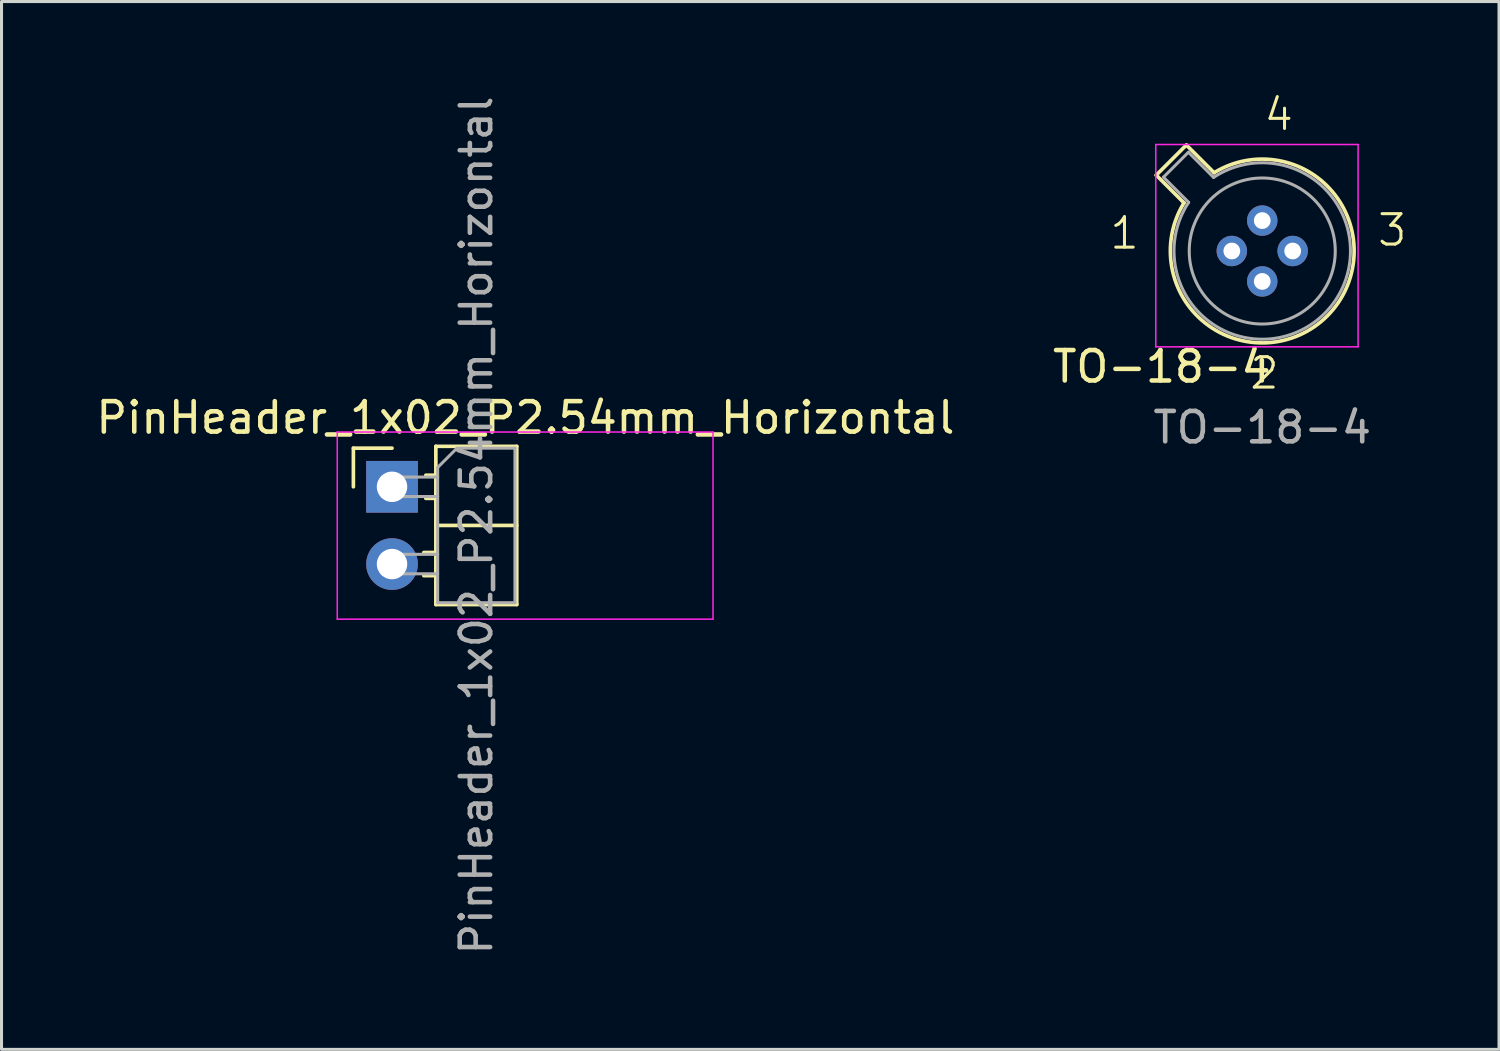
<source format=kicad_pcb>
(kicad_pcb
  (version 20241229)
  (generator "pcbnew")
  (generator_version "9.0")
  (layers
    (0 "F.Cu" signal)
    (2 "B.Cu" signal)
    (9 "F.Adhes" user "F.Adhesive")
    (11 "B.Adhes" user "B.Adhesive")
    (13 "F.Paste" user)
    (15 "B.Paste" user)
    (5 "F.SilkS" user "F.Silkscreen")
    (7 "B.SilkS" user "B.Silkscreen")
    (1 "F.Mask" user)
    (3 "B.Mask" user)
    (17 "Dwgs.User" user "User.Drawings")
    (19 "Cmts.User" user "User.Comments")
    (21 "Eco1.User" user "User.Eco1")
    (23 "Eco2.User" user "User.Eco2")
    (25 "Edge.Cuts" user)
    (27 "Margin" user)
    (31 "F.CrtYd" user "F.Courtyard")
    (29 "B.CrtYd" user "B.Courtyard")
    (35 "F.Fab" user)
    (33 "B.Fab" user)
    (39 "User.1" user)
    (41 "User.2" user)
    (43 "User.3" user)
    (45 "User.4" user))
  (footprint "TO-18-4"
    (layer "F.Cu")
    (at 38.437 5.2)
    (property "Reference" "TO-18-4" (at -3.3 3.8 0) (layer "F.SilkS") (effects (font (size 1 1) (thickness 0.15))))
    (attr through_hole)
    (fp_line (start -3.484 -2.494) (end -2.572 -1.582) (stroke (width 0.12) (type solid)) (layer "F.SilkS"))
    (fp_line (start -2.494 -3.484) (end -3.484 -2.494) (stroke (width 0.12) (type solid)) (layer "F.SilkS"))
    (fp_line (start -1.582 -2.572) (end -2.494 -3.484) (stroke (width 0.12) (type solid)) (layer "F.SilkS"))
    (fp_arc (start -1.582331 -2.572281) (mid 2.135374 2.135551) (end -2.57215 -1.582544) (stroke (width 0.12) (type solid)) (layer "F.SilkS"))
    (fp_line (start -3.5 -3.5) (end -3.5 3.15) (stroke (width 0.05) (type solid)) (layer "F.CrtYd"))
    (fp_line (start -3.5 3.15) (end 3.15 3.15) (stroke (width 0.05) (type solid)) (layer "F.CrtYd"))
    (fp_line (start 3.15 -3.5) (end -3.5 -3.5) (stroke (width 0.05) (type solid)) (layer "F.CrtYd"))
    (fp_line (start 3.15 3.15) (end 3.15 -3.5) (stroke (width 0.05) (type solid)) (layer "F.CrtYd"))
    (fp_line (start -3.247 -2.426) (end -2.419 -1.599) (stroke (width 0.1) (type solid)) (layer "F.Fab"))
    (fp_line (start -2.426 -3.247) (end -3.247 -2.426) (stroke (width 0.1) (type solid)) (layer "F.Fab"))
    (fp_line (start -1.599 -2.419) (end -2.426 -3.247) (stroke (width 0.1) (type solid)) (layer "F.Fab"))
    (fp_arc (start -1.599057 -2.419301) (mid 2.051076 2.050143) (end -2.420029 -1.597956) (stroke (width 0.1) (type solid)) (layer "F.Fab"))
    (fp_circle (center 0 0) (end 2.4 0) (stroke (width 0.1) (type solid)) (fill no) (layer "F.Fab"))
    (fp_text user "3" (at 3.73 -0.1 0) (unlocked yes) (layer "F.SilkS") (effects (font (size 1 1) (thickness 0.1)) (justify left bottom)))
    (fp_text user "4" (at 0 -3.9 0) (unlocked yes) (layer "F.SilkS") (effects (font (size 1 1) (thickness 0.1)) (justify left bottom)))
    (fp_text user "2" (at -0.47 4.6 0) (unlocked yes) (layer "F.SilkS") (effects (font (size 1 1) (thickness 0.1)) (justify left bottom)))
    (fp_text user "1" (at -5.07 0 0) (unlocked yes) (layer "F.SilkS") (effects (font (size 1 1) (thickness 0.1)) (justify left bottom)))
    (fp_text user "${REFERENCE}" (at 0 5.8 0) (layer "F.Fab") (effects (font (size 1 1) (thickness 0.15))))
    (pad "1" thru_hole circle (at -1 0) (size 1 1) (drill 0.55) (layers "*.Cu" "*.Mask"))
    (pad "2" thru_hole circle (at 0 1) (size 1 1) (drill 0.55) (layers "*.Cu" "*.Mask"))
    (pad "3" thru_hole circle (at 1 0) (size 1 1) (drill 0.55) (layers "*.Cu" "*.Mask"))
    (pad "4" thru_hole circle (at 0 -1) (size 1 1) (drill 0.55) (layers "*.Cu" "*.Mask")))
  (footprint "PinHeader_1x02_P2.54mm_Horizontal"
    (layer "F.Cu")
    (at 9.835 12.95)
    (property "Reference" "PinHeader_1x02_P2.54mm_Horizontal" (at 4.385 -2.27 0) (layer "F.SilkS") (effects (font (size 1 1) (thickness 0.15))))
    (attr through_hole)
    (fp_line (start -1.27 -1.27) (end 0 -1.27) (stroke (width 0.12) (type solid)) (layer "F.SilkS"))
    (fp_line (start -1.27 0) (end -1.27 -1.27) (stroke (width 0.12) (type solid)) (layer "F.SilkS"))
    (fp_line (start 1.043 2.16) (end 1.44 2.16) (stroke (width 0.12) (type solid)) (layer "F.SilkS"))
    (fp_line (start 1.043 2.92) (end 1.44 2.92) (stroke (width 0.12) (type solid)) (layer "F.SilkS"))
    (fp_line (start 1.11 -0.38) (end 1.44 -0.38) (stroke (width 0.12) (type solid)) (layer "F.SilkS"))
    (fp_line (start 1.11 0.38) (end 1.44 0.38) (stroke (width 0.12) (type solid)) (layer "F.SilkS"))
    (fp_line (start 1.44 -1.33) (end 1.44 3.87) (stroke (width 0.12) (type solid)) (layer "F.SilkS"))
    (fp_line (start 1.44 1.27) (end 4.1 1.27) (stroke (width 0.12) (type solid)) (layer "F.SilkS"))
    (fp_line (start 1.44 3.87) (end 4.1 3.87) (stroke (width 0.12) (type solid)) (layer "F.SilkS"))
    (fp_line (start 4.1 -1.33) (end 1.44 -1.33) (stroke (width 0.12) (type solid)) (layer "F.SilkS"))
    (fp_line (start 4.1 3.87) (end 4.1 -1.33) (stroke (width 0.12) (type solid)) (layer "F.SilkS"))
    (fp_line (start -1.8 -1.8) (end -1.8 4.35) (stroke (width 0.05) (type solid)) (layer "F.CrtYd"))
    (fp_line (start -1.8 4.35) (end 10.55 4.35) (stroke (width 0.05) (type solid)) (layer "F.CrtYd"))
    (fp_line (start 10.55 -1.8) (end -1.8 -1.8) (stroke (width 0.05) (type solid)) (layer "F.CrtYd"))
    (fp_line (start 10.55 4.35) (end 10.55 -1.8) (stroke (width 0.05) (type solid)) (layer "F.CrtYd"))
    (fp_line (start -0.32 -0.32) (end -0.32 0.32) (stroke (width 0.1) (type solid)) (layer "F.Fab"))
    (fp_line (start -0.32 -0.32) (end 1.5 -0.32) (stroke (width 0.1) (type solid)) (layer "F.Fab"))
    (fp_line (start -0.32 0.32) (end 1.5 0.32) (stroke (width 0.1) (type solid)) (layer "F.Fab"))
    (fp_line (start -0.32 2.22) (end -0.32 2.86) (stroke (width 0.1) (type solid)) (layer "F.Fab"))
    (fp_line (start -0.32 2.22) (end 1.5 2.22) (stroke (width 0.1) (type solid)) (layer "F.Fab"))
    (fp_line (start -0.32 2.86) (end 1.5 2.86) (stroke (width 0.1) (type solid)) (layer "F.Fab"))
    (fp_line (start 1.5 -0.635) (end 2.135 -1.27) (stroke (width 0.1) (type solid)) (layer "F.Fab"))
    (fp_line (start 1.5 3.81) (end 1.5 -0.635) (stroke (width 0.1) (type solid)) (layer "F.Fab"))
    (fp_line (start 2.135 -1.27) (end 4.04 -1.27) (stroke (width 0.1) (type solid)) (layer "F.Fab"))
    (fp_line (start 4.04 -1.27) (end 4.04 3.81) (stroke (width 0.1) (type solid)) (layer "F.Fab"))
    (fp_line (start 4.04 3.81) (end 1.5 3.81) (stroke (width 0.1) (type solid)) (layer "F.Fab"))
    (fp_text user "${REFERENCE}" (at 2.77 1.27 90) (layer "F.Fab") (effects (font (size 1 1) (thickness 0.15))))
    (pad "1" thru_hole rect (at 0 0) (size 1.7 1.7) (drill 1) (layers "*.Cu" "*.Mask"))
    (pad "2" thru_hole oval (at 0 2.54) (size 1.7 1.7) (drill 1) (layers "*.Cu" "*.Mask")))
  (gr_rect
    (start -3 -3)
    (end 46.219 31.44)
    (stroke (width 0.1) (type default))
    (fill no)
    (layer "Edge.Cuts")))
</source>
